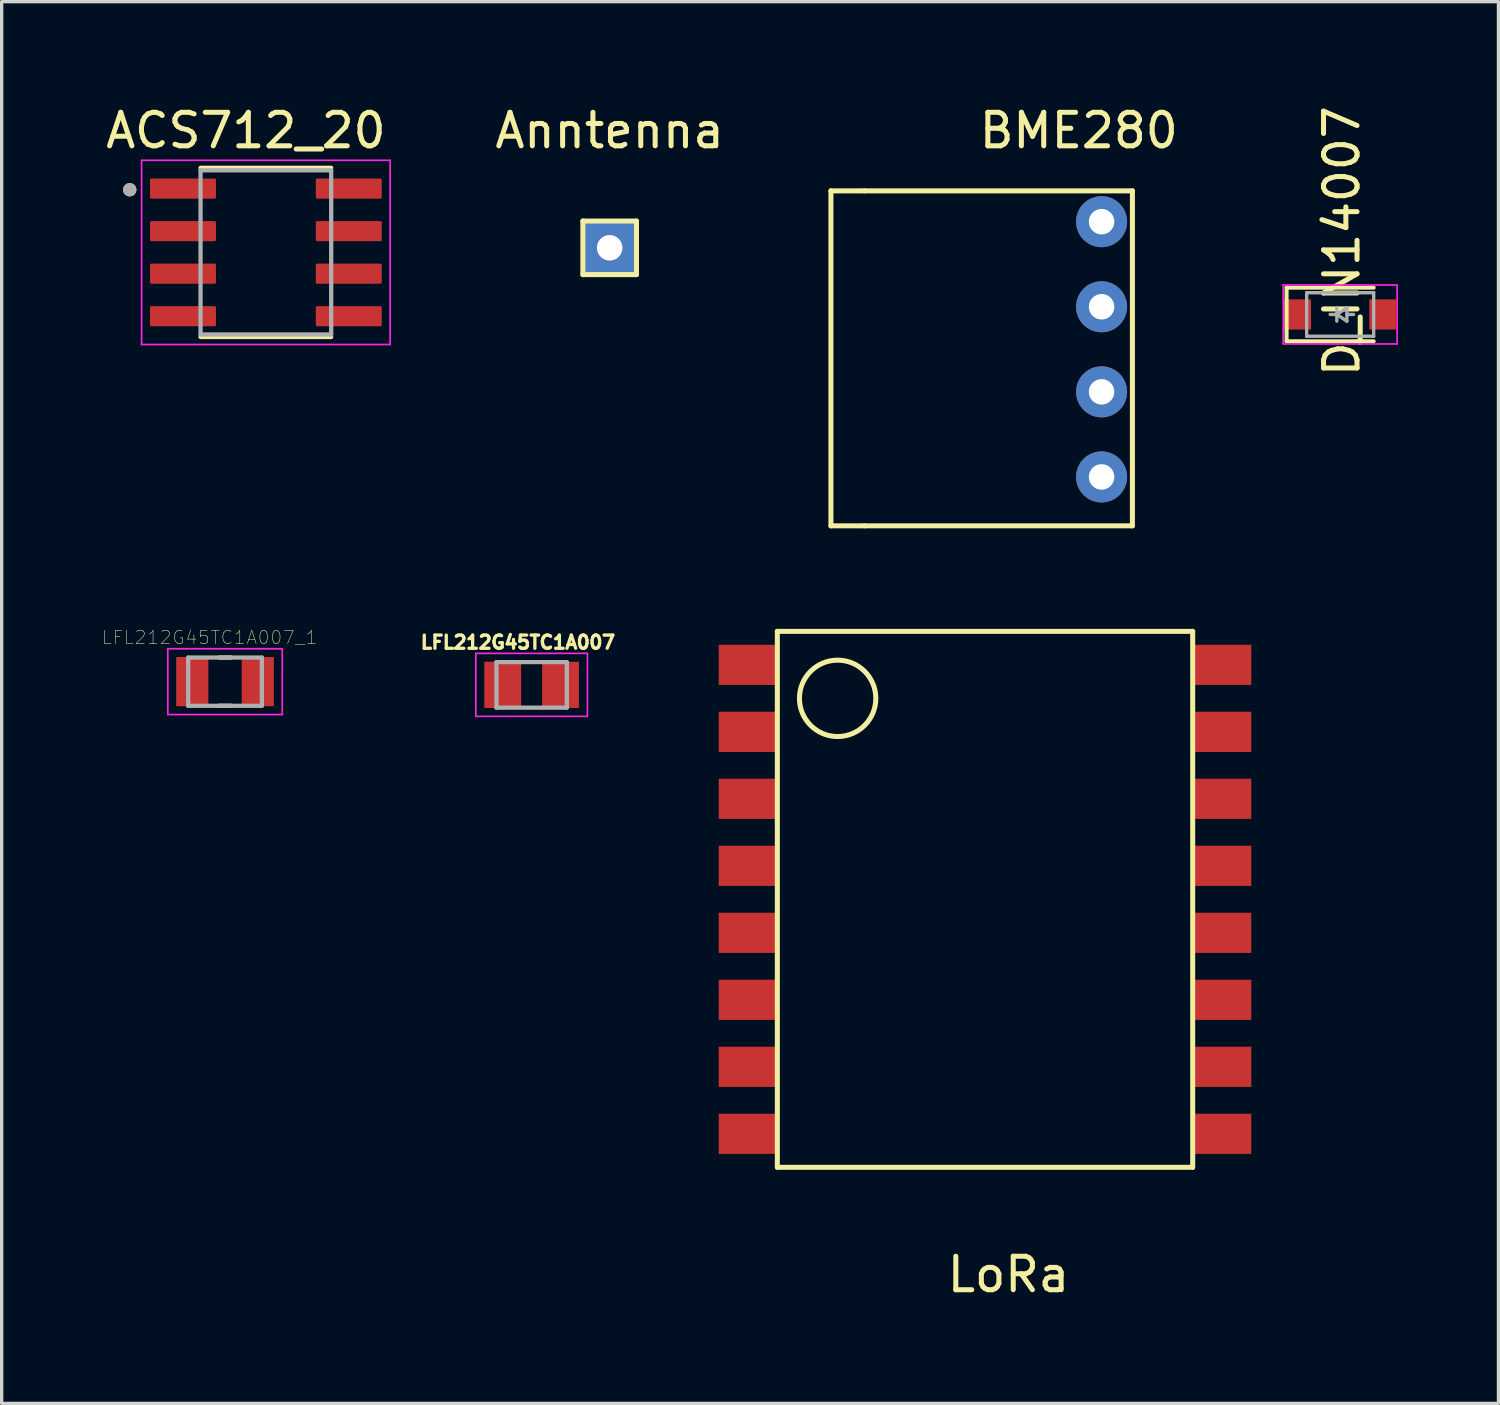
<source format=kicad_pcb>
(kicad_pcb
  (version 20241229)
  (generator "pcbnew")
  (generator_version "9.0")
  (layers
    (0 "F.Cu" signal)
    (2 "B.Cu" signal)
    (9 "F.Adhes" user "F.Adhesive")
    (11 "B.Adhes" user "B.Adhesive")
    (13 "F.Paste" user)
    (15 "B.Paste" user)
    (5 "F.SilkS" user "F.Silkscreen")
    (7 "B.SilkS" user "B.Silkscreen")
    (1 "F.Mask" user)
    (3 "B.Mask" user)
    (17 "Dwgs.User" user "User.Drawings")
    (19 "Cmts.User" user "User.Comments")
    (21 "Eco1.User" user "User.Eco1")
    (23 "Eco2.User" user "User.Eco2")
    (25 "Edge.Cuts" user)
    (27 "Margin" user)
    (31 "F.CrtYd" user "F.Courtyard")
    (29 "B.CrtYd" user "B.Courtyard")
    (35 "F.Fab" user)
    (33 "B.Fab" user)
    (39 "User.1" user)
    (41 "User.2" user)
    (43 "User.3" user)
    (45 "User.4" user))
  (footprint "LoRa"
    (layer "F.Cu")
    (at 22.756 23.798)
    (property "Reference" "LoRa" (at 4.3 11.2 0) (layer "F.SilkS") (effects (font (size 1 1) (thickness 0.15))))
    (attr through_hole)
    (fp_line (start -2.6 -8) (end 9.8 -8) (stroke (width 0.15) (type solid)) (layer "F.SilkS"))
    (fp_line (start -2.6 8) (end -2.6 -8) (stroke (width 0.15) (type solid)) (layer "F.SilkS"))
    (fp_line (start 9.8 -8) (end 9.8 8) (stroke (width 0.15) (type solid)) (layer "F.SilkS"))
    (fp_line (start 9.8 8) (end -2.6 8) (stroke (width 0.15) (type solid)) (layer "F.SilkS"))
    (fp_circle (center -0.8 -6) (end 0.1 -5.3) (stroke (width 0.15) (type solid)) (fill no) (layer "F.SilkS"))
    (pad "1" smd rect (at -3.5 -7) (size 1.7 1.2) (layers "F.Cu" "F.Mask" "F.Paste"))
    (pad "2" smd rect (at -3.5 -5) (size 1.7 1.2) (layers "F.Cu" "F.Mask" "F.Paste"))
    (pad "3" smd rect (at -3.5 -3) (size 1.7 1.2) (layers "F.Cu" "F.Mask" "F.Paste"))
    (pad "4" smd rect (at -3.5 -1) (size 1.7 1.2) (layers "F.Cu" "F.Mask" "F.Paste"))
    (pad "5" smd rect (at -3.5 1) (size 1.7 1.2) (layers "F.Cu" "F.Mask" "F.Paste"))
    (pad "6" smd rect (at -3.5 3) (size 1.7 1.2) (layers "F.Cu" "F.Mask" "F.Paste"))
    (pad "7" smd rect (at -3.5 5) (size 1.7 1.2) (layers "F.Cu" "F.Mask" "F.Paste"))
    (pad "8" smd rect (at -3.5 7) (size 1.7 1.2) (layers "F.Cu" "F.Mask" "F.Paste"))
    (pad "9" smd rect (at 10.7 7) (size 1.7 1.2) (layers "F.Cu" "F.Mask" "F.Paste"))
    (pad "10" smd rect (at 10.7 5) (size 1.7 1.2) (layers "F.Cu" "F.Mask" "F.Paste"))
    (pad "11" smd rect (at 10.7 3) (size 1.7 1.2) (layers "F.Cu" "F.Mask" "F.Paste"))
    (pad "12" smd rect (at 10.7 1) (size 1.7 1.2) (layers "F.Cu" "F.Mask" "F.Paste"))
    (pad "13" smd rect (at 10.7 -1) (size 1.7 1.2) (layers "F.Cu" "F.Mask" "F.Paste"))
    (pad "14" smd rect (at 10.7 -3) (size 1.7 1.2) (layers "F.Cu" "F.Mask" "F.Paste"))
    (pad "15" smd rect (at 10.7 -5) (size 1.7 1.2) (layers "F.Cu" "F.Mask" "F.Paste"))
    (pad "16" smd rect (at 10.7 -7) (size 1.7 1.2) (layers "F.Cu" "F.Mask" "F.Paste")))
  (footprint "LFL212G45TC1A007_1"
    (layer "F.Cu")
    (at 3.668 17.3)
    (property "Reference" "LFL212G45TC1A007_1" (at -0.46 -1.32 0) (layer "F.SilkS") (effects (font (size 0.394 0.394) (thickness 0.015))))
    (attr through_hole)
    (fp_line (start -0.18 -0.72) (end 0.18 -0.72) (stroke (width 0.127) (type solid)) (layer "F.SilkS"))
    (fp_line (start -0.18 0.72) (end 0.18 0.72) (stroke (width 0.127) (type solid)) (layer "F.SilkS"))
    (fp_line (start -1.708 -0.983) (end 1.708 -0.983) (stroke (width 0.05) (type solid)) (layer "F.CrtYd"))
    (fp_line (start -1.708 0.983) (end -1.708 -0.983) (stroke (width 0.05) (type solid)) (layer "F.CrtYd"))
    (fp_line (start -1.708 0.983) (end 1.708 0.983) (stroke (width 0.05) (type solid)) (layer "F.CrtYd"))
    (fp_line (start 1.708 0.983) (end 1.708 -0.983) (stroke (width 0.05) (type solid)) (layer "F.CrtYd"))
    (fp_line (start -1.1 0.72) (end -1.1 -0.72) (stroke (width 0.127) (type solid)) (layer "F.Fab"))
    (fp_line (start 1.1 -0.72) (end -1.1 -0.72) (stroke (width 0.127) (type solid)) (layer "F.Fab"))
    (fp_line (start 1.1 0.72) (end -1.1 0.72) (stroke (width 0.127) (type solid)) (layer "F.Fab"))
    (fp_line (start 1.1 0.72) (end 1.1 -0.72) (stroke (width 0.127) (type solid)) (layer "F.Fab"))
    (pad "1" smd rect (at -0.978 0) (size 0.96 1.47) (layers "F.Cu" "F.Mask" "F.Paste"))
    (pad "2" smd rect (at 0.978 0) (size 0.96 1.47) (layers "F.Cu" "F.Mask" "F.Paste")))
  (footprint "BME280"
    (layer "F.Cu")
    (at 24.756 8.648)
    (property "Reference" "BME280" (at 4.4 -7.8 0) (layer "F.SilkS") (effects (font (size 1 1) (thickness 0.15))))
    (attr through_hole)
    (fp_line (start -3 -6) (end -3 4) (stroke (width 0.15) (type solid)) (layer "F.SilkS"))
    (fp_line (start -3 4) (end -2 4) (stroke (width 0.15) (type solid)) (layer "F.SilkS"))
    (fp_line (start -2 -6) (end -3 -6) (stroke (width 0.15) (type solid)) (layer "F.SilkS"))
    (fp_line (start -2 4) (end 6 4) (stroke (width 0.15) (type solid)) (layer "F.SilkS"))
    (fp_line (start 6 -6) (end -2 -6) (stroke (width 0.15) (type solid)) (layer "F.SilkS"))
    (fp_line (start 6 4) (end 6 -6) (stroke (width 0.15) (type solid)) (layer "F.SilkS"))
    (pad "1" thru_hole circle (at 5.08 -5.08) (size 1.524 1.524) (drill 0.762) (layers "*.Cu" "*.Mask"))
    (pad "2" thru_hole circle (at 5.08 -2.54) (size 1.524 1.524) (drill 0.762) (layers "*.Cu" "*.Mask"))
    (pad "3" thru_hole circle (at 5.08 0) (size 1.524 1.524) (drill 0.762) (layers "*.Cu" "*.Mask"))
    (pad "4" thru_hole circle (at 5.08 2.54) (size 1.524 1.524) (drill 0.762) (layers "*.Cu" "*.Mask")))
  (footprint "LFL212G45TC1A007"
    (layer "F.Cu")
    (at 12.821 17.396)
    (property "Reference" "LFL212G45TC1A007" (at -0.41 -1.27 0) (layer "F.SilkS") (effects (font (size 0.394 0.394) (thickness 0.15))))
    (attr through_hole)
    (fp_line (start -1.665 -0.94) (end 1.665 -0.94) (stroke (width 0.05) (type solid)) (layer "F.CrtYd"))
    (fp_line (start -1.665 0.94) (end -1.665 -0.94) (stroke (width 0.05) (type solid)) (layer "F.CrtYd"))
    (fp_line (start -1.665 0.94) (end 1.665 0.94) (stroke (width 0.05) (type solid)) (layer "F.CrtYd"))
    (fp_line (start 1.665 0.94) (end 1.665 -0.94) (stroke (width 0.05) (type solid)) (layer "F.CrtYd"))
    (fp_line (start -1.05 0.68) (end -1.05 -0.68) (stroke (width 0.127) (type solid)) (layer "F.Fab"))
    (fp_line (start 1.05 -0.68) (end -1.05 -0.68) (stroke (width 0.127) (type solid)) (layer "F.Fab"))
    (fp_line (start 1.05 0.68) (end -1.05 0.68) (stroke (width 0.127) (type solid)) (layer "F.Fab"))
    (fp_line (start 1.05 0.68) (end 1.05 -0.68) (stroke (width 0.127) (type solid)) (layer "F.Fab"))
    (pad "1" smd rect (at -0.863 0) (size 1.1 1.38) (layers "F.Cu" "F.Mask" "F.Paste"))
    (pad "2" smd rect (at 0.863 0) (size 1.1 1.38) (layers "F.Cu" "F.Mask" "F.Paste")))
  (footprint "ACS712_20"
    (layer "F.Cu")
    (at 4.887 4.485)
    (property "Reference" "ACS712_20" (at -0.595 -3.637 0) (layer "F.SilkS") (effects (font (size 1 1) (thickness 0.15))))
    (attr through_hole)
    (fp_line (start -1.95 -2.525) (end 1.95 -2.525) (stroke (width 0.127) (type solid)) (layer "F.SilkS"))
    (fp_line (start -1.95 2.525) (end 1.95 2.525) (stroke (width 0.127) (type solid)) (layer "F.SilkS"))
    (fp_circle (center -4.064 -1.87) (end -3.964 -1.87) (stroke (width 0.2) (type solid)) (fill no) (layer "F.SilkS"))
    (fp_line (start -3.71 -2.75) (end -3.71 2.75) (stroke (width 0.05) (type solid)) (layer "F.CrtYd"))
    (fp_line (start -3.71 -2.75) (end 3.71 -2.75) (stroke (width 0.05) (type solid)) (layer "F.CrtYd"))
    (fp_line (start -3.71 2.75) (end 3.71 2.75) (stroke (width 0.05) (type solid)) (layer "F.CrtYd"))
    (fp_line (start 3.71 -2.75) (end 3.71 2.75) (stroke (width 0.05) (type solid)) (layer "F.CrtYd"))
    (fp_line (start -1.95 -2.45) (end -1.95 2.45) (stroke (width 0.127) (type solid)) (layer "F.Fab"))
    (fp_line (start -1.95 -2.45) (end 1.95 -2.45) (stroke (width 0.127) (type solid)) (layer "F.Fab"))
    (fp_line (start -1.95 2.45) (end 1.95 2.45) (stroke (width 0.127) (type solid)) (layer "F.Fab"))
    (fp_line (start 1.95 -2.45) (end 1.95 2.45) (stroke (width 0.127) (type solid)) (layer "F.Fab"))
    (fp_circle (center -4.064 -1.87) (end -3.964 -1.87) (stroke (width 0.2) (type solid)) (fill no) (layer "F.Fab"))
    (pad "1" smd roundrect (at -2.475 -1.905) (size 1.97 0.6) (layers "F.Cu" "F.Mask" "F.Paste") (roundrect_rratio 0.07))
    (pad "2" smd roundrect (at -2.475 -0.635) (size 1.97 0.6) (layers "F.Cu" "F.Mask" "F.Paste") (roundrect_rratio 0.07))
    (pad "3" smd roundrect (at -2.475 0.635) (size 1.97 0.6) (layers "F.Cu" "F.Mask" "F.Paste") (roundrect_rratio 0.07))
    (pad "4" smd roundrect (at -2.475 1.905) (size 1.97 0.6) (layers "F.Cu" "F.Mask" "F.Paste") (roundrect_rratio 0.07))
    (pad "5" smd roundrect (at 2.475 1.905) (size 1.97 0.6) (layers "F.Cu" "F.Mask" "F.Paste") (roundrect_rratio 0.07))
    (pad "6" smd roundrect (at 2.475 0.635) (size 1.97 0.6) (layers "F.Cu" "F.Mask" "F.Paste") (roundrect_rratio 0.07))
    (pad "7" smd roundrect (at 2.475 -0.635) (size 1.97 0.6) (layers "F.Cu" "F.Mask" "F.Paste") (roundrect_rratio 0.07))
    (pad "8" smd roundrect (at 2.475 -1.905) (size 1.97 0.6) (layers "F.Cu" "F.Mask" "F.Paste") (roundrect_rratio 0.07)))
  (footprint "Anntenna"
    (layer "F.Cu")
    (at 15.151 4.348)
    (property "Reference" "Anntenna" (at 0 -3.5 0) (layer "F.SilkS") (effects (font (size 1 1) (thickness 0.15))))
    (attr through_hole)
    (fp_line (start -0.8 -0.8) (end 0.8 -0.8) (stroke (width 0.15) (type solid)) (layer "F.SilkS"))
    (fp_line (start -0.8 0.8) (end -0.8 -0.8) (stroke (width 0.15) (type solid)) (layer "F.SilkS"))
    (fp_line (start 0.8 -0.8) (end 0.8 0.8) (stroke (width 0.15) (type solid)) (layer "F.SilkS"))
    (fp_line (start 0.8 0.8) (end -0.8 0.8) (stroke (width 0.15) (type solid)) (layer "F.SilkS"))
    (pad "1" thru_hole rect (at 0 0) (size 1.524 1.524) (drill 0.762) (layers "*.Cu" "*.Mask")))
  (footprint "D_IN14007"
    (layer "F.Cu")
    (at 36.959 6.338)
    (property "Reference" "D_IN14007" (at 0.048 -2.189 270) (layer "F.SilkS") (effects (font (size 1 1) (thickness 0.15))))
    (attr smd)
    (fp_line (start -1.6 -0.8) (end -1.6 0.8) (stroke (width 0.12) (type solid)) (layer "F.SilkS"))
    (fp_line (start -1.6 -0.8) (end 1 -0.8) (stroke (width 0.12) (type solid)) (layer "F.SilkS"))
    (fp_line (start -1.6 0.8) (end 1 0.8) (stroke (width 0.12) (type solid)) (layer "F.SilkS"))
    (fp_line (start -1.7 -0.88) (end 1.7 -0.88) (stroke (width 0.05) (type solid)) (layer "F.CrtYd"))
    (fp_line (start -1.7 0.88) (end -1.7 -0.88) (stroke (width 0.05) (type solid)) (layer "F.CrtYd"))
    (fp_line (start 1.7 -0.88) (end 1.7 0.88) (stroke (width 0.05) (type solid)) (layer "F.CrtYd"))
    (fp_line (start 1.7 0.88) (end -1.7 0.88) (stroke (width 0.05) (type solid)) (layer "F.CrtYd"))
    (fp_line (start -1 -0.65) (end 1 -0.65) (stroke (width 0.1) (type solid)) (layer "F.Fab"))
    (fp_line (start -1 0.65) (end -1 -0.65) (stroke (width 0.1) (type solid)) (layer "F.Fab"))
    (fp_line (start -0.1 -0.2) (end -0.1 0.2) (stroke (width 0.1) (type solid)) (layer "F.Fab"))
    (fp_line (start -0.1 0) (end -0.3 0) (stroke (width 0.1) (type solid)) (layer "F.Fab"))
    (fp_line (start -0.1 0) (end 0.2 0.2) (stroke (width 0.1) (type solid)) (layer "F.Fab"))
    (fp_line (start 0.2 -0.2) (end -0.1 0) (stroke (width 0.1) (type solid)) (layer "F.Fab"))
    (fp_line (start 0.2 0) (end 0.4 0) (stroke (width 0.1) (type solid)) (layer "F.Fab"))
    (fp_line (start 0.2 0.2) (end 0.2 -0.2) (stroke (width 0.1) (type solid)) (layer "F.Fab"))
    (fp_line (start 1 -0.65) (end 1 0.65) (stroke (width 0.1) (type solid)) (layer "F.Fab"))
    (fp_line (start 1 0.65) (end -1 0.65) (stroke (width 0.1) (type solid)) (layer "F.Fab"))
    (pad "1" smd rect (at -1.27 0) (size 0.8 0.9) (layers "F.Cu" "F.Mask" "F.Paste"))
    (pad "2" smd rect (at 1.27 0) (size 0.8 0.9) (layers "F.Cu" "F.Mask" "F.Paste")))
  (gr_rect
    (start -3 -3)
    (end 41.684 38.846)
    (stroke (width 0.1) (type default))
    (fill no)
    (layer "Edge.Cuts")))
</source>
